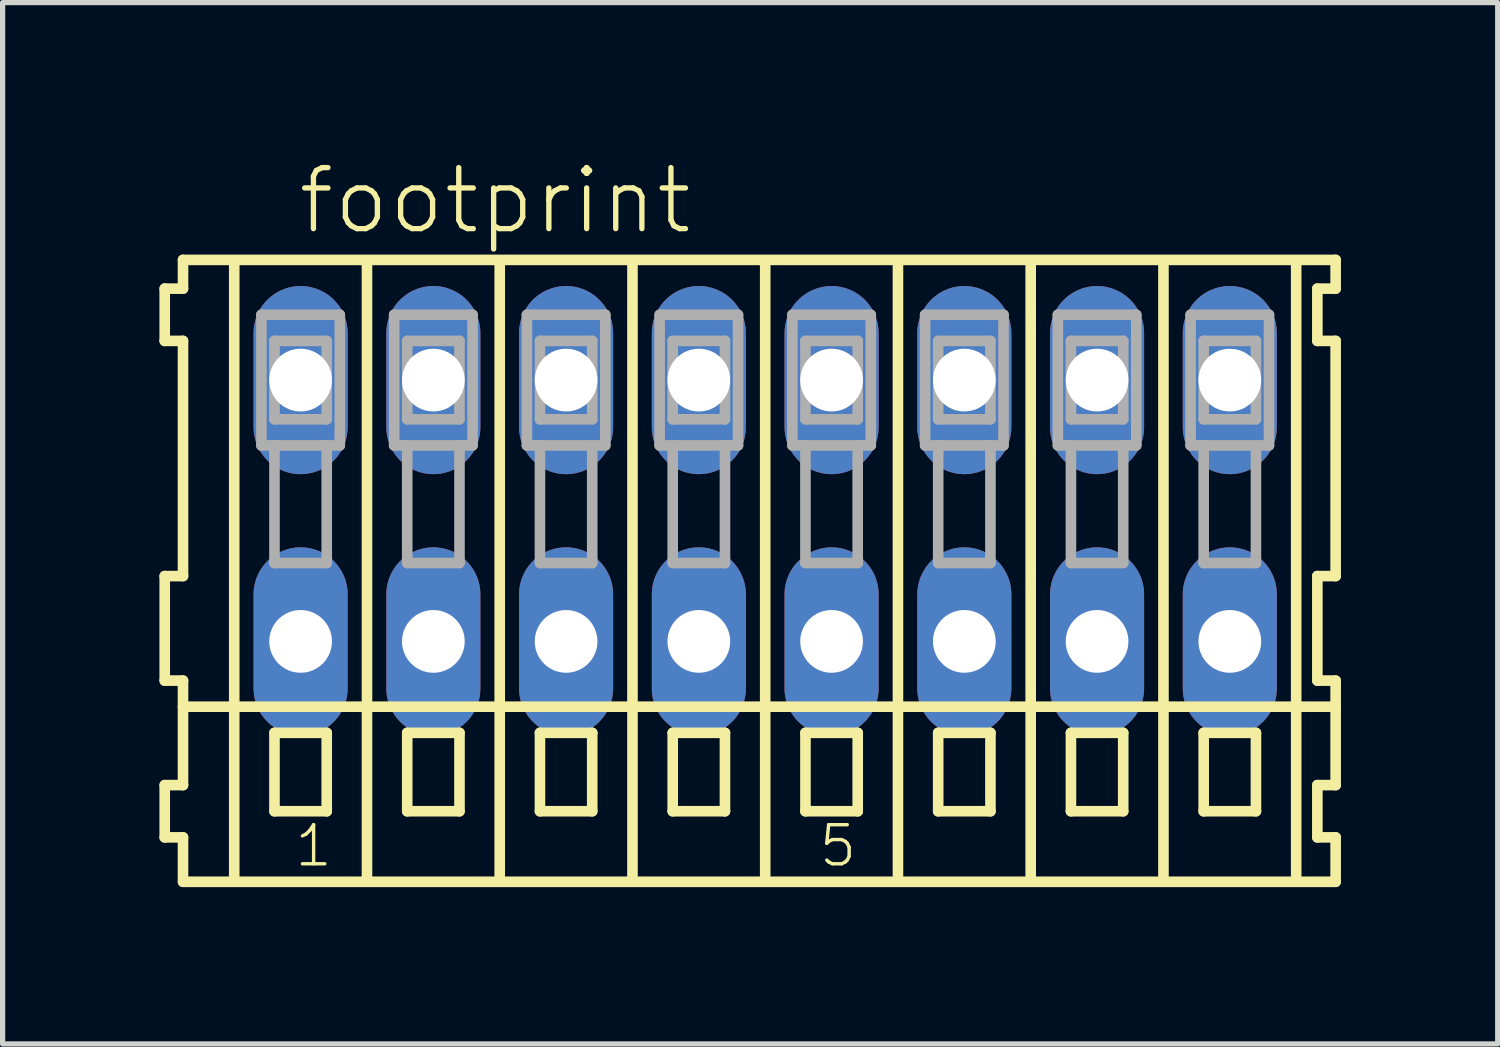
<source format=kicad_pcb>
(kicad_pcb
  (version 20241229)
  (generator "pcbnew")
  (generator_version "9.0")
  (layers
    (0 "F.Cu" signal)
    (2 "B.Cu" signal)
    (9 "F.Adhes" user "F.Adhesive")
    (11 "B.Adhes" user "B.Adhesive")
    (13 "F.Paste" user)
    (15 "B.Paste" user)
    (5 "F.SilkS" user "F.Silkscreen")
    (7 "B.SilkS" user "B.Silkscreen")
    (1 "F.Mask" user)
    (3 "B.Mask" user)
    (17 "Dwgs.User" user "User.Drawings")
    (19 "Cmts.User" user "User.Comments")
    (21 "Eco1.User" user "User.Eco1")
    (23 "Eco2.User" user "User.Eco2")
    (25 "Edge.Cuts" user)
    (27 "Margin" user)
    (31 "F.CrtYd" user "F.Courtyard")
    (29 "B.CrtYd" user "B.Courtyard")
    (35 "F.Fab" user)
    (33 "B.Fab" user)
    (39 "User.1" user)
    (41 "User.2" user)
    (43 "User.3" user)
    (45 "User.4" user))
  (footprint "footprint"
    (layer "F.Cu")
    (at 11.592 6.723)
    (property "Reference" "footprint" (at -8.99 -5.25 0) (layer "F.SilkS") (effects (font (size 1.168 1.168) (thickness 0.102)) (justify left bottom)))
    (fp_line (start -11.49 -4.25) (end -11.49 -3.25) (stroke (width 0.203) (type solid)) (layer "F.SilkS"))
    (fp_line (start -11.49 -3.25) (end -11.14 -3.25) (stroke (width 0.203) (type solid)) (layer "F.SilkS"))
    (fp_line (start -11.49 1.25) (end -11.49 3.25) (stroke (width 0.203) (type solid)) (layer "F.SilkS"))
    (fp_line (start -11.49 3.25) (end -11.14 3.25) (stroke (width 0.203) (type solid)) (layer "F.SilkS"))
    (fp_line (start -11.49 5.25) (end -11.49 6.25) (stroke (width 0.203) (type solid)) (layer "F.SilkS"))
    (fp_line (start -11.49 6.25) (end -11.14 6.25) (stroke (width 0.203) (type solid)) (layer "F.SilkS"))
    (fp_line (start -11.14 -4.8) (end -11.14 -4.25) (stroke (width 0.203) (type solid)) (layer "F.SilkS"))
    (fp_line (start -11.14 -4.25) (end -11.49 -4.25) (stroke (width 0.203) (type solid)) (layer "F.SilkS"))
    (fp_line (start -11.14 -3.25) (end -11.14 1.25) (stroke (width 0.203) (type solid)) (layer "F.SilkS"))
    (fp_line (start -11.14 1.25) (end -11.49 1.25) (stroke (width 0.203) (type solid)) (layer "F.SilkS"))
    (fp_line (start -11.14 3.25) (end -11.14 5.25) (stroke (width 0.203) (type solid)) (layer "F.SilkS"))
    (fp_line (start -11.14 3.75) (end 10.915 3.75) (stroke (width 0.203) (type solid)) (layer "F.SilkS"))
    (fp_line (start -11.14 5.25) (end -11.49 5.25) (stroke (width 0.203) (type solid)) (layer "F.SilkS"))
    (fp_line (start -11.14 6.25) (end -11.14 7.1) (stroke (width 0.203) (type solid)) (layer "F.SilkS"))
    (fp_line (start -11.14 7.1) (end 10.915 7.1) (stroke (width 0.203) (type solid)) (layer "F.SilkS"))
    (fp_line (start -10.16 6.985) (end -10.16 -4.699) (stroke (width 0.203) (type solid)) (layer "F.SilkS"))
    (fp_line (start -9.39 4.25) (end -9.39 5.75) (stroke (width 0.203) (type solid)) (layer "F.SilkS"))
    (fp_line (start -9.39 5.75) (end -8.39 5.75) (stroke (width 0.203) (type solid)) (layer "F.SilkS"))
    (fp_line (start -8.39 4.25) (end -9.39 4.25) (stroke (width 0.203) (type solid)) (layer "F.SilkS"))
    (fp_line (start -8.39 5.75) (end -8.39 4.25) (stroke (width 0.203) (type solid)) (layer "F.SilkS"))
    (fp_line (start -7.62 6.985) (end -7.62 -4.699) (stroke (width 0.203) (type solid)) (layer "F.SilkS"))
    (fp_line (start -6.85 4.25) (end -6.85 5.75) (stroke (width 0.203) (type solid)) (layer "F.SilkS"))
    (fp_line (start -6.85 5.75) (end -5.85 5.75) (stroke (width 0.203) (type solid)) (layer "F.SilkS"))
    (fp_line (start -5.85 4.25) (end -6.85 4.25) (stroke (width 0.203) (type solid)) (layer "F.SilkS"))
    (fp_line (start -5.85 5.75) (end -5.85 4.25) (stroke (width 0.203) (type solid)) (layer "F.SilkS"))
    (fp_line (start -5.08 6.985) (end -5.08 -4.699) (stroke (width 0.203) (type solid)) (layer "F.SilkS"))
    (fp_line (start -4.31 4.25) (end -4.31 5.75) (stroke (width 0.203) (type solid)) (layer "F.SilkS"))
    (fp_line (start -4.31 5.75) (end -3.31 5.75) (stroke (width 0.203) (type solid)) (layer "F.SilkS"))
    (fp_line (start -3.31 4.25) (end -4.31 4.25) (stroke (width 0.203) (type solid)) (layer "F.SilkS"))
    (fp_line (start -3.31 5.75) (end -3.31 4.25) (stroke (width 0.203) (type solid)) (layer "F.SilkS"))
    (fp_line (start -2.54 6.985) (end -2.54 -4.699) (stroke (width 0.203) (type solid)) (layer "F.SilkS"))
    (fp_line (start -1.77 4.25) (end -1.77 5.75) (stroke (width 0.203) (type solid)) (layer "F.SilkS"))
    (fp_line (start -1.77 5.75) (end -0.77 5.75) (stroke (width 0.203) (type solid)) (layer "F.SilkS"))
    (fp_line (start -0.77 4.25) (end -1.77 4.25) (stroke (width 0.203) (type solid)) (layer "F.SilkS"))
    (fp_line (start -0.77 5.75) (end -0.77 4.25) (stroke (width 0.203) (type solid)) (layer "F.SilkS"))
    (fp_line (start 0 6.985) (end 0 -4.699) (stroke (width 0.203) (type solid)) (layer "F.SilkS"))
    (fp_line (start 0.77 4.25) (end 0.77 5.75) (stroke (width 0.203) (type solid)) (layer "F.SilkS"))
    (fp_line (start 0.77 5.75) (end 1.77 5.75) (stroke (width 0.203) (type solid)) (layer "F.SilkS"))
    (fp_line (start 1.77 4.25) (end 0.77 4.25) (stroke (width 0.203) (type solid)) (layer "F.SilkS"))
    (fp_line (start 1.77 5.75) (end 1.77 4.25) (stroke (width 0.203) (type solid)) (layer "F.SilkS"))
    (fp_line (start 2.54 6.985) (end 2.54 -4.699) (stroke (width 0.203) (type solid)) (layer "F.SilkS"))
    (fp_line (start 3.31 4.25) (end 3.31 5.75) (stroke (width 0.203) (type solid)) (layer "F.SilkS"))
    (fp_line (start 3.31 5.75) (end 4.31 5.75) (stroke (width 0.203) (type solid)) (layer "F.SilkS"))
    (fp_line (start 4.31 4.25) (end 3.31 4.25) (stroke (width 0.203) (type solid)) (layer "F.SilkS"))
    (fp_line (start 4.31 5.75) (end 4.31 4.25) (stroke (width 0.203) (type solid)) (layer "F.SilkS"))
    (fp_line (start 5.08 6.985) (end 5.08 -4.699) (stroke (width 0.203) (type solid)) (layer "F.SilkS"))
    (fp_line (start 5.85 4.25) (end 5.85 5.75) (stroke (width 0.203) (type solid)) (layer "F.SilkS"))
    (fp_line (start 5.85 5.75) (end 6.85 5.75) (stroke (width 0.203) (type solid)) (layer "F.SilkS"))
    (fp_line (start 6.85 4.25) (end 5.85 4.25) (stroke (width 0.203) (type solid)) (layer "F.SilkS"))
    (fp_line (start 6.85 5.75) (end 6.85 4.25) (stroke (width 0.203) (type solid)) (layer "F.SilkS"))
    (fp_line (start 7.62 6.985) (end 7.62 -4.699) (stroke (width 0.203) (type solid)) (layer "F.SilkS"))
    (fp_line (start 8.39 4.25) (end 8.39 5.75) (stroke (width 0.203) (type solid)) (layer "F.SilkS"))
    (fp_line (start 8.39 5.75) (end 9.39 5.75) (stroke (width 0.203) (type solid)) (layer "F.SilkS"))
    (fp_line (start 9.39 4.25) (end 8.39 4.25) (stroke (width 0.203) (type solid)) (layer "F.SilkS"))
    (fp_line (start 9.39 5.75) (end 9.39 4.25) (stroke (width 0.203) (type solid)) (layer "F.SilkS"))
    (fp_line (start 10.16 6.985) (end 10.16 -4.699) (stroke (width 0.203) (type solid)) (layer "F.SilkS"))
    (fp_line (start 10.565 -4.25) (end 10.565 -3.25) (stroke (width 0.203) (type solid)) (layer "F.SilkS"))
    (fp_line (start 10.565 -3.25) (end 10.915 -3.25) (stroke (width 0.203) (type solid)) (layer "F.SilkS"))
    (fp_line (start 10.565 1.25) (end 10.565 3.25) (stroke (width 0.203) (type solid)) (layer "F.SilkS"))
    (fp_line (start 10.565 3.25) (end 10.915 3.25) (stroke (width 0.203) (type solid)) (layer "F.SilkS"))
    (fp_line (start 10.565 5.25) (end 10.565 6.25) (stroke (width 0.203) (type solid)) (layer "F.SilkS"))
    (fp_line (start 10.565 6.25) (end 10.915 6.25) (stroke (width 0.203) (type solid)) (layer "F.SilkS"))
    (fp_line (start 10.915 -4.8) (end -11.14 -4.8) (stroke (width 0.203) (type solid)) (layer "F.SilkS"))
    (fp_line (start 10.915 -4.25) (end 10.565 -4.25) (stroke (width 0.203) (type solid)) (layer "F.SilkS"))
    (fp_line (start 10.915 -4.25) (end 10.915 -4.8) (stroke (width 0.203) (type solid)) (layer "F.SilkS"))
    (fp_line (start 10.915 1.25) (end 10.565 1.25) (stroke (width 0.203) (type solid)) (layer "F.SilkS"))
    (fp_line (start 10.915 1.25) (end 10.915 -3.25) (stroke (width 0.203) (type solid)) (layer "F.SilkS"))
    (fp_line (start 10.915 3.75) (end 10.915 3.25) (stroke (width 0.203) (type solid)) (layer "F.SilkS"))
    (fp_line (start 10.915 5.25) (end 10.565 5.25) (stroke (width 0.203) (type solid)) (layer "F.SilkS"))
    (fp_line (start 10.915 5.25) (end 10.915 3.75) (stroke (width 0.203) (type solid)) (layer "F.SilkS"))
    (fp_line (start 10.915 7.1) (end 10.915 6.25) (stroke (width 0.203) (type solid)) (layer "F.SilkS"))
    (fp_line (start -9.64 -3.75) (end -9.64 -1.25) (stroke (width 0.203) (type solid)) (layer "F.Fab"))
    (fp_line (start -9.64 -1.25) (end -9.39 -1.25) (stroke (width 0.203) (type solid)) (layer "F.Fab"))
    (fp_line (start -9.39 -3.25) (end -9.39 -1.75) (stroke (width 0.203) (type solid)) (layer "F.Fab"))
    (fp_line (start -9.39 -1.75) (end -8.39 -1.75) (stroke (width 0.203) (type solid)) (layer "F.Fab"))
    (fp_line (start -9.39 -1.25) (end -9.39 1) (stroke (width 0.203) (type solid)) (layer "F.Fab"))
    (fp_line (start -9.39 -1.25) (end -8.39 -1.25) (stroke (width 0.203) (type solid)) (layer "F.Fab"))
    (fp_line (start -9.39 1) (end -8.39 1) (stroke (width 0.203) (type solid)) (layer "F.Fab"))
    (fp_line (start -8.39 -3.25) (end -9.39 -3.25) (stroke (width 0.203) (type solid)) (layer "F.Fab"))
    (fp_line (start -8.39 -1.75) (end -8.39 -3.25) (stroke (width 0.203) (type solid)) (layer "F.Fab"))
    (fp_line (start -8.39 -1.25) (end -8.14 -1.25) (stroke (width 0.203) (type solid)) (layer "F.Fab"))
    (fp_line (start -8.39 1) (end -8.39 -1.25) (stroke (width 0.203) (type solid)) (layer "F.Fab"))
    (fp_line (start -8.14 -3.75) (end -9.64 -3.75) (stroke (width 0.203) (type solid)) (layer "F.Fab"))
    (fp_line (start -8.14 -1.25) (end -8.14 -3.75) (stroke (width 0.203) (type solid)) (layer "F.Fab"))
    (fp_line (start -7.1 -3.75) (end -7.1 -1.25) (stroke (width 0.203) (type solid)) (layer "F.Fab"))
    (fp_line (start -7.1 -1.25) (end -6.85 -1.25) (stroke (width 0.203) (type solid)) (layer "F.Fab"))
    (fp_line (start -6.85 -3.25) (end -6.85 -1.75) (stroke (width 0.203) (type solid)) (layer "F.Fab"))
    (fp_line (start -6.85 -1.75) (end -5.85 -1.75) (stroke (width 0.203) (type solid)) (layer "F.Fab"))
    (fp_line (start -6.85 -1.25) (end -6.85 1) (stroke (width 0.203) (type solid)) (layer "F.Fab"))
    (fp_line (start -6.85 -1.25) (end -5.85 -1.25) (stroke (width 0.203) (type solid)) (layer "F.Fab"))
    (fp_line (start -6.85 1) (end -5.85 1) (stroke (width 0.203) (type solid)) (layer "F.Fab"))
    (fp_line (start -5.85 -3.25) (end -6.85 -3.25) (stroke (width 0.203) (type solid)) (layer "F.Fab"))
    (fp_line (start -5.85 -1.75) (end -5.85 -3.25) (stroke (width 0.203) (type solid)) (layer "F.Fab"))
    (fp_line (start -5.85 -1.25) (end -5.6 -1.25) (stroke (width 0.203) (type solid)) (layer "F.Fab"))
    (fp_line (start -5.85 1) (end -5.85 -1.25) (stroke (width 0.203) (type solid)) (layer "F.Fab"))
    (fp_line (start -5.6 -3.75) (end -7.1 -3.75) (stroke (width 0.203) (type solid)) (layer "F.Fab"))
    (fp_line (start -5.6 -1.25) (end -5.6 -3.75) (stroke (width 0.203) (type solid)) (layer "F.Fab"))
    (fp_line (start -4.56 -3.75) (end -4.56 -1.25) (stroke (width 0.203) (type solid)) (layer "F.Fab"))
    (fp_line (start -4.56 -1.25) (end -4.31 -1.25) (stroke (width 0.203) (type solid)) (layer "F.Fab"))
    (fp_line (start -4.31 -3.25) (end -4.31 -1.75) (stroke (width 0.203) (type solid)) (layer "F.Fab"))
    (fp_line (start -4.31 -1.75) (end -3.31 -1.75) (stroke (width 0.203) (type solid)) (layer "F.Fab"))
    (fp_line (start -4.31 -1.25) (end -4.31 1) (stroke (width 0.203) (type solid)) (layer "F.Fab"))
    (fp_line (start -4.31 -1.25) (end -3.31 -1.25) (stroke (width 0.203) (type solid)) (layer "F.Fab"))
    (fp_line (start -4.31 1) (end -3.31 1) (stroke (width 0.203) (type solid)) (layer "F.Fab"))
    (fp_line (start -3.31 -3.25) (end -4.31 -3.25) (stroke (width 0.203) (type solid)) (layer "F.Fab"))
    (fp_line (start -3.31 -1.75) (end -3.31 -3.25) (stroke (width 0.203) (type solid)) (layer "F.Fab"))
    (fp_line (start -3.31 -1.25) (end -3.06 -1.25) (stroke (width 0.203) (type solid)) (layer "F.Fab"))
    (fp_line (start -3.31 1) (end -3.31 -1.25) (stroke (width 0.203) (type solid)) (layer "F.Fab"))
    (fp_line (start -3.06 -3.75) (end -4.56 -3.75) (stroke (width 0.203) (type solid)) (layer "F.Fab"))
    (fp_line (start -3.06 -1.25) (end -3.06 -3.75) (stroke (width 0.203) (type solid)) (layer "F.Fab"))
    (fp_line (start -2.02 -3.75) (end -2.02 -1.25) (stroke (width 0.203) (type solid)) (layer "F.Fab"))
    (fp_line (start -2.02 -1.25) (end -1.77 -1.25) (stroke (width 0.203) (type solid)) (layer "F.Fab"))
    (fp_line (start -1.77 -3.25) (end -1.77 -1.75) (stroke (width 0.203) (type solid)) (layer "F.Fab"))
    (fp_line (start -1.77 -1.75) (end -0.77 -1.75) (stroke (width 0.203) (type solid)) (layer "F.Fab"))
    (fp_line (start -1.77 -1.25) (end -1.77 1) (stroke (width 0.203) (type solid)) (layer "F.Fab"))
    (fp_line (start -1.77 -1.25) (end -0.77 -1.25) (stroke (width 0.203) (type solid)) (layer "F.Fab"))
    (fp_line (start -1.77 1) (end -0.77 1) (stroke (width 0.203) (type solid)) (layer "F.Fab"))
    (fp_line (start -0.77 -3.25) (end -1.77 -3.25) (stroke (width 0.203) (type solid)) (layer "F.Fab"))
    (fp_line (start -0.77 -1.75) (end -0.77 -3.25) (stroke (width 0.203) (type solid)) (layer "F.Fab"))
    (fp_line (start -0.77 -1.25) (end -0.52 -1.25) (stroke (width 0.203) (type solid)) (layer "F.Fab"))
    (fp_line (start -0.77 1) (end -0.77 -1.25) (stroke (width 0.203) (type solid)) (layer "F.Fab"))
    (fp_line (start -0.52 -3.75) (end -2.02 -3.75) (stroke (width 0.203) (type solid)) (layer "F.Fab"))
    (fp_line (start -0.52 -1.25) (end -0.52 -3.75) (stroke (width 0.203) (type solid)) (layer "F.Fab"))
    (fp_line (start 0.52 -3.75) (end 0.52 -1.25) (stroke (width 0.203) (type solid)) (layer "F.Fab"))
    (fp_line (start 0.52 -1.25) (end 0.77 -1.25) (stroke (width 0.203) (type solid)) (layer "F.Fab"))
    (fp_line (start 0.77 -3.25) (end 0.77 -1.75) (stroke (width 0.203) (type solid)) (layer "F.Fab"))
    (fp_line (start 0.77 -1.75) (end 1.77 -1.75) (stroke (width 0.203) (type solid)) (layer "F.Fab"))
    (fp_line (start 0.77 -1.25) (end 0.77 1) (stroke (width 0.203) (type solid)) (layer "F.Fab"))
    (fp_line (start 0.77 -1.25) (end 1.77 -1.25) (stroke (width 0.203) (type solid)) (layer "F.Fab"))
    (fp_line (start 0.77 1) (end 1.77 1) (stroke (width 0.203) (type solid)) (layer "F.Fab"))
    (fp_line (start 1.77 -3.25) (end 0.77 -3.25) (stroke (width 0.203) (type solid)) (layer "F.Fab"))
    (fp_line (start 1.77 -1.75) (end 1.77 -3.25) (stroke (width 0.203) (type solid)) (layer "F.Fab"))
    (fp_line (start 1.77 -1.25) (end 2.02 -1.25) (stroke (width 0.203) (type solid)) (layer "F.Fab"))
    (fp_line (start 1.77 1) (end 1.77 -1.25) (stroke (width 0.203) (type solid)) (layer "F.Fab"))
    (fp_line (start 2.02 -3.75) (end 0.52 -3.75) (stroke (width 0.203) (type solid)) (layer "F.Fab"))
    (fp_line (start 2.02 -1.25) (end 2.02 -3.75) (stroke (width 0.203) (type solid)) (layer "F.Fab"))
    (fp_line (start 3.06 -3.75) (end 3.06 -1.25) (stroke (width 0.203) (type solid)) (layer "F.Fab"))
    (fp_line (start 3.06 -1.25) (end 3.31 -1.25) (stroke (width 0.203) (type solid)) (layer "F.Fab"))
    (fp_line (start 3.31 -3.25) (end 3.31 -1.75) (stroke (width 0.203) (type solid)) (layer "F.Fab"))
    (fp_line (start 3.31 -1.75) (end 4.31 -1.75) (stroke (width 0.203) (type solid)) (layer "F.Fab"))
    (fp_line (start 3.31 -1.25) (end 3.31 1) (stroke (width 0.203) (type solid)) (layer "F.Fab"))
    (fp_line (start 3.31 -1.25) (end 4.31 -1.25) (stroke (width 0.203) (type solid)) (layer "F.Fab"))
    (fp_line (start 3.31 1) (end 4.31 1) (stroke (width 0.203) (type solid)) (layer "F.Fab"))
    (fp_line (start 4.31 -3.25) (end 3.31 -3.25) (stroke (width 0.203) (type solid)) (layer "F.Fab"))
    (fp_line (start 4.31 -1.75) (end 4.31 -3.25) (stroke (width 0.203) (type solid)) (layer "F.Fab"))
    (fp_line (start 4.31 -1.25) (end 4.56 -1.25) (stroke (width 0.203) (type solid)) (layer "F.Fab"))
    (fp_line (start 4.31 1) (end 4.31 -1.25) (stroke (width 0.203) (type solid)) (layer "F.Fab"))
    (fp_line (start 4.56 -3.75) (end 3.06 -3.75) (stroke (width 0.203) (type solid)) (layer "F.Fab"))
    (fp_line (start 4.56 -1.25) (end 4.56 -3.75) (stroke (width 0.203) (type solid)) (layer "F.Fab"))
    (fp_line (start 5.6 -3.75) (end 5.6 -1.25) (stroke (width 0.203) (type solid)) (layer "F.Fab"))
    (fp_line (start 5.6 -1.25) (end 5.85 -1.25) (stroke (width 0.203) (type solid)) (layer "F.Fab"))
    (fp_line (start 5.85 -3.25) (end 5.85 -1.75) (stroke (width 0.203) (type solid)) (layer "F.Fab"))
    (fp_line (start 5.85 -1.75) (end 6.85 -1.75) (stroke (width 0.203) (type solid)) (layer "F.Fab"))
    (fp_line (start 5.85 -1.25) (end 5.85 1) (stroke (width 0.203) (type solid)) (layer "F.Fab"))
    (fp_line (start 5.85 -1.25) (end 6.85 -1.25) (stroke (width 0.203) (type solid)) (layer "F.Fab"))
    (fp_line (start 5.85 1) (end 6.85 1) (stroke (width 0.203) (type solid)) (layer "F.Fab"))
    (fp_line (start 6.85 -3.25) (end 5.85 -3.25) (stroke (width 0.203) (type solid)) (layer "F.Fab"))
    (fp_line (start 6.85 -1.75) (end 6.85 -3.25) (stroke (width 0.203) (type solid)) (layer "F.Fab"))
    (fp_line (start 6.85 -1.25) (end 7.1 -1.25) (stroke (width 0.203) (type solid)) (layer "F.Fab"))
    (fp_line (start 6.85 1) (end 6.85 -1.25) (stroke (width 0.203) (type solid)) (layer "F.Fab"))
    (fp_line (start 7.1 -3.75) (end 5.6 -3.75) (stroke (width 0.203) (type solid)) (layer "F.Fab"))
    (fp_line (start 7.1 -1.25) (end 7.1 -3.75) (stroke (width 0.203) (type solid)) (layer "F.Fab"))
    (fp_line (start 8.14 -3.75) (end 8.14 -1.25) (stroke (width 0.203) (type solid)) (layer "F.Fab"))
    (fp_line (start 8.14 -1.25) (end 8.39 -1.25) (stroke (width 0.203) (type solid)) (layer "F.Fab"))
    (fp_line (start 8.39 -3.25) (end 8.39 -1.75) (stroke (width 0.203) (type solid)) (layer "F.Fab"))
    (fp_line (start 8.39 -1.75) (end 9.39 -1.75) (stroke (width 0.203) (type solid)) (layer "F.Fab"))
    (fp_line (start 8.39 -1.25) (end 8.39 1) (stroke (width 0.203) (type solid)) (layer "F.Fab"))
    (fp_line (start 8.39 -1.25) (end 9.39 -1.25) (stroke (width 0.203) (type solid)) (layer "F.Fab"))
    (fp_line (start 8.39 1) (end 9.39 1) (stroke (width 0.203) (type solid)) (layer "F.Fab"))
    (fp_line (start 9.39 -3.25) (end 8.39 -3.25) (stroke (width 0.203) (type solid)) (layer "F.Fab"))
    (fp_line (start 9.39 -1.75) (end 9.39 -3.25) (stroke (width 0.203) (type solid)) (layer "F.Fab"))
    (fp_line (start 9.39 -1.25) (end 9.64 -1.25) (stroke (width 0.203) (type solid)) (layer "F.Fab"))
    (fp_line (start 9.39 1) (end 9.39 -1.25) (stroke (width 0.203) (type solid)) (layer "F.Fab"))
    (fp_line (start 9.64 -3.75) (end 8.14 -3.75) (stroke (width 0.203) (type solid)) (layer "F.Fab"))
    (fp_line (start 9.64 -1.25) (end 9.64 -3.75) (stroke (width 0.203) (type solid)) (layer "F.Fab"))
    (fp_text user "1" (at -9.04 6.85 0) (layer "F.SilkS") (effects (font (size 0.748 0.748) (thickness 0.065)) (justify left bottom)))
    (fp_text user "5" (at 0.993 6.85 0) (layer "F.SilkS") (effects (font (size 0.748 0.748) (thickness 0.065)) (justify left bottom)))
    (pad "A1" thru_hole oval (at -8.89 -2.5 90) (size 3.6 1.8) (drill 1.2) (layers "*.Cu" "*.Mask"))
    (pad "A2" thru_hole oval (at -6.35 -2.5 90) (size 3.6 1.8) (drill 1.2) (layers "*.Cu" "*.Mask"))
    (pad "A3" thru_hole oval (at -3.81 -2.5 90) (size 3.6 1.8) (drill 1.2) (layers "*.Cu" "*.Mask"))
    (pad "A4" thru_hole oval (at -1.27 -2.5 90) (size 3.6 1.8) (drill 1.2) (layers "*.Cu" "*.Mask"))
    (pad "A5" thru_hole oval (at 1.27 -2.5 90) (size 3.6 1.8) (drill 1.2) (layers "*.Cu" "*.Mask"))
    (pad "A6" thru_hole oval (at 3.81 -2.5 90) (size 3.6 1.8) (drill 1.2) (layers "*.Cu" "*.Mask"))
    (pad "A7" thru_hole oval (at 6.35 -2.5 90) (size 3.6 1.8) (drill 1.2) (layers "*.Cu" "*.Mask"))
    (pad "A8" thru_hole oval (at 8.89 -2.5 90) (size 3.6 1.8) (drill 1.2) (layers "*.Cu" "*.Mask"))
    (pad "B1" thru_hole oval (at -8.89 2.5 90) (size 3.6 1.8) (drill 1.2) (layers "*.Cu" "*.Mask"))
    (pad "B2" thru_hole oval (at -6.35 2.5 90) (size 3.6 1.8) (drill 1.2) (layers "*.Cu" "*.Mask"))
    (pad "B3" thru_hole oval (at -3.81 2.5 90) (size 3.6 1.8) (drill 1.2) (layers "*.Cu" "*.Mask"))
    (pad "B4" thru_hole oval (at -1.27 2.5 90) (size 3.6 1.8) (drill 1.2) (layers "*.Cu" "*.Mask"))
    (pad "B5" thru_hole oval (at 1.27 2.5 90) (size 3.6 1.8) (drill 1.2) (layers "*.Cu" "*.Mask"))
    (pad "B6" thru_hole oval (at 3.81 2.5 90) (size 3.6 1.8) (drill 1.2) (layers "*.Cu" "*.Mask"))
    (pad "B7" thru_hole oval (at 6.35 2.5 90) (size 3.6 1.8) (drill 1.2) (layers "*.Cu" "*.Mask"))
    (pad "B8" thru_hole oval (at 8.89 2.5 90) (size 3.6 1.8) (drill 1.2) (layers "*.Cu" "*.Mask")))
  (gr_rect
    (start -3 -3)
    (end 25.608 16.925)
    (stroke (width 0.1) (type default))
    (fill no)
    (layer "Edge.Cuts")))
</source>
